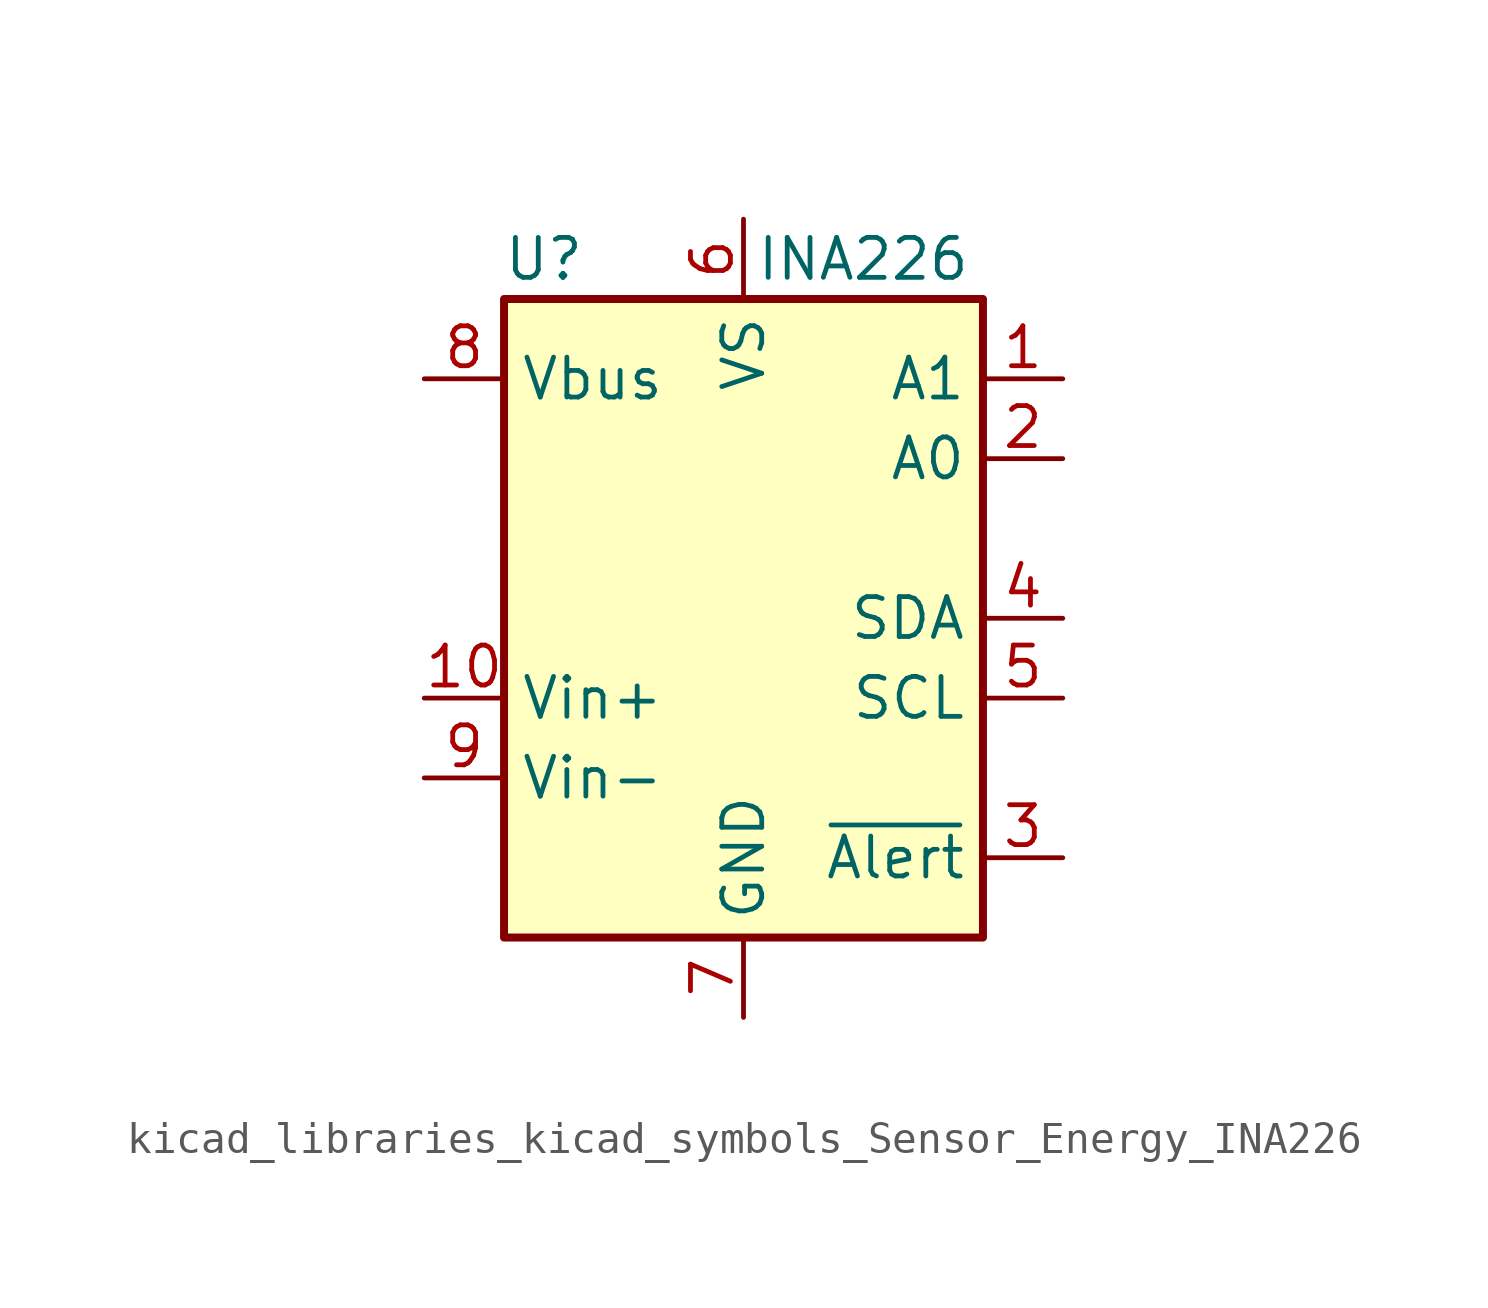
<source format=kicad_sym>
(kicad_symbol_lib
  (version 20220914)
  (generator kicad_symbol_editor)
  (symbol "kicad_libraries_kicad_symbols_Sensor_Energy_INA226"
    (property "Reference" "U"
      (at -6.35 11.43 0)
      (effects (font (size 1.27 1.27))))
    (property "Value" "INA226"
      (at 3.81 11.43 0)
      (effects (font (size 1.27 1.27))))
    (symbol "kicad_libraries_kicad_symbols_Sensor_Energy_INA226_0_1"
      (rectangle (start 7.62 10.16) (end -7.62 -10.16) (stroke (width 0.254) (type default)) (fill (type background))))
    (symbol "kicad_libraries_kicad_symbols_Sensor_Energy_INA226_1_1"
      (pin input line (at 10.16 7.62 180) (length 2.54) (name "A1" (effects (font (size 1.27 1.27)))) (number "1" (effects (font (size 1.27 1.27)))))
      (pin input line (at -10.16 -2.54 0) (length 2.54) (name "Vin+" (effects (font (size 1.27 1.27)))) (number "10" (effects (font (size 1.27 1.27)))))
      (pin input line (at 10.16 5.08 180) (length 2.54) (name "A0" (effects (font (size 1.27 1.27)))) (number "2" (effects (font (size 1.27 1.27)))))
      (pin open_collector line (at 10.16 -7.62 180) (length 2.54) (name "~{Alert}" (effects (font (size 1.27 1.27)))) (number "3" (effects (font (size 1.27 1.27)))))
      (pin bidirectional line (at 10.16 0 180) (length 2.54) (name "SDA" (effects (font (size 1.27 1.27)))) (number "4" (effects (font (size 1.27 1.27)))))
      (pin input line (at 10.16 -2.54 180) (length 2.54) (name "SCL" (effects (font (size 1.27 1.27)))) (number "5" (effects (font (size 1.27 1.27)))))
      (pin power_in line (at 0 12.7 270) (length 2.54) (name "VS" (effects (font (size 1.27 1.27)))) (number "6" (effects (font (size 1.27 1.27)))))
      (pin power_in line (at 0 -12.7 90) (length 2.54) (name "GND" (effects (font (size 1.27 1.27)))) (number "7" (effects (font (size 1.27 1.27)))))
      (pin input line (at -10.16 7.62 0) (length 2.54) (name "Vbus" (effects (font (size 1.27 1.27)))) (number "8" (effects (font (size 1.27 1.27)))))
      (pin input line (at -10.16 -5.08 0) (length 2.54) (name "Vin-" (effects (font (size 1.27 1.27)))) (number "9" (effects (font (size 1.27 1.27))))))))
</source>
